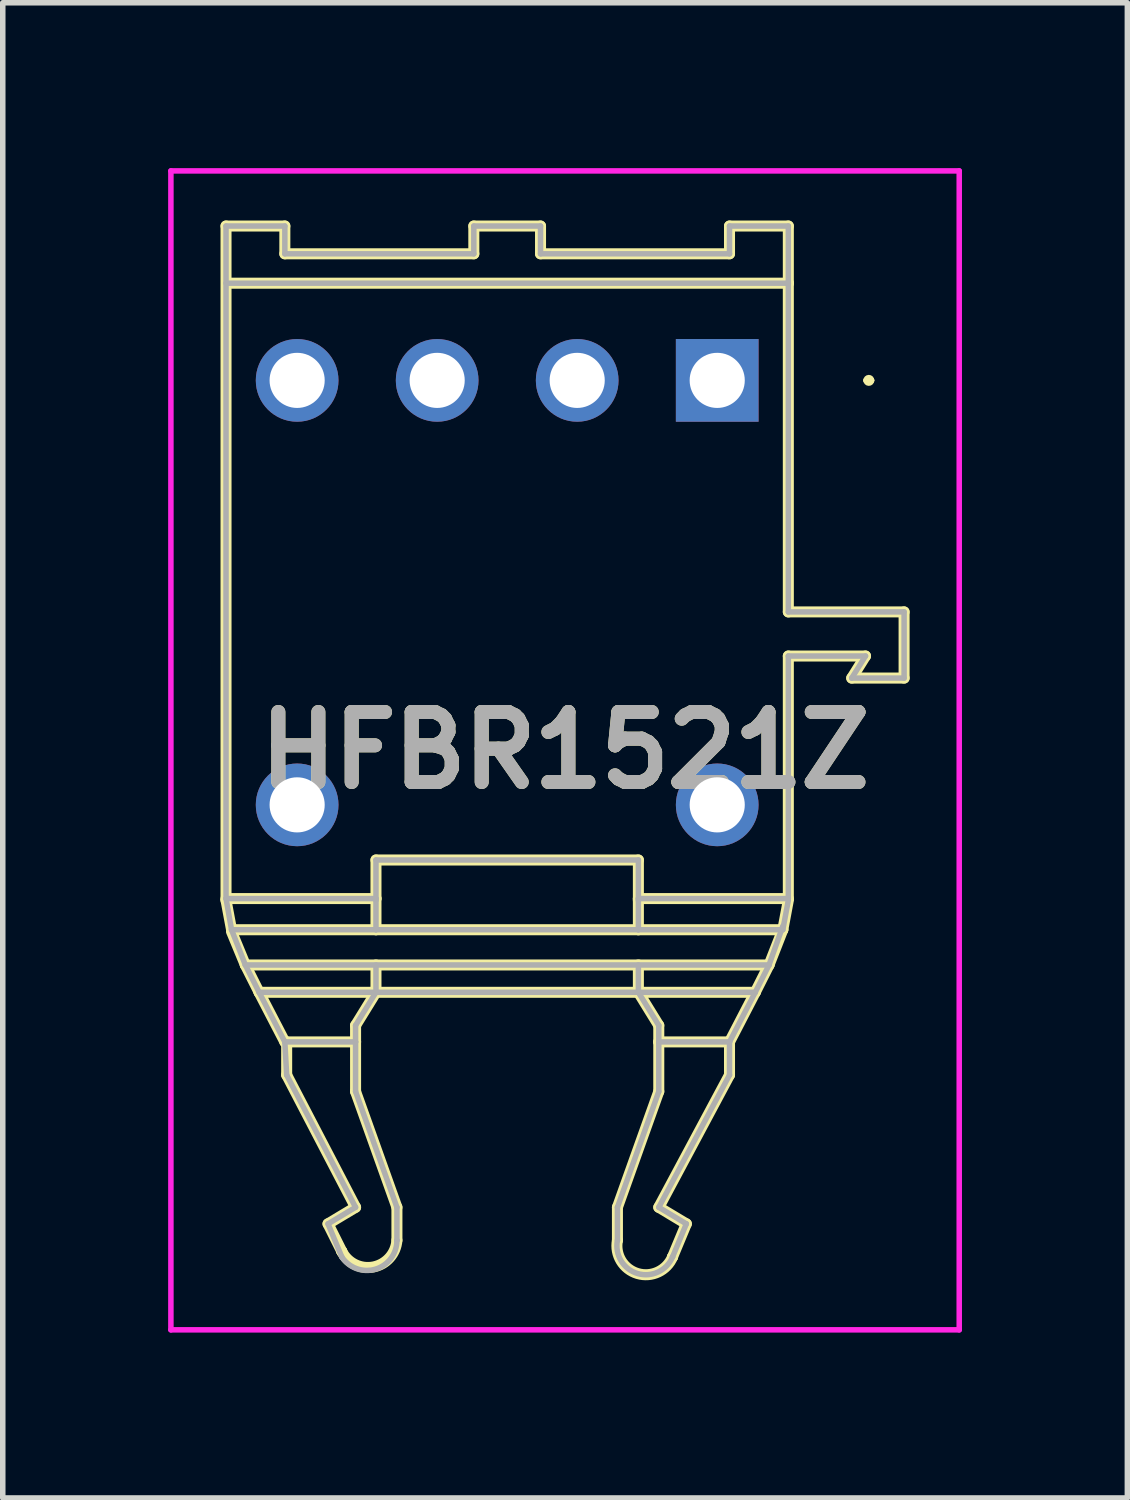
<source format=kicad_pcb>
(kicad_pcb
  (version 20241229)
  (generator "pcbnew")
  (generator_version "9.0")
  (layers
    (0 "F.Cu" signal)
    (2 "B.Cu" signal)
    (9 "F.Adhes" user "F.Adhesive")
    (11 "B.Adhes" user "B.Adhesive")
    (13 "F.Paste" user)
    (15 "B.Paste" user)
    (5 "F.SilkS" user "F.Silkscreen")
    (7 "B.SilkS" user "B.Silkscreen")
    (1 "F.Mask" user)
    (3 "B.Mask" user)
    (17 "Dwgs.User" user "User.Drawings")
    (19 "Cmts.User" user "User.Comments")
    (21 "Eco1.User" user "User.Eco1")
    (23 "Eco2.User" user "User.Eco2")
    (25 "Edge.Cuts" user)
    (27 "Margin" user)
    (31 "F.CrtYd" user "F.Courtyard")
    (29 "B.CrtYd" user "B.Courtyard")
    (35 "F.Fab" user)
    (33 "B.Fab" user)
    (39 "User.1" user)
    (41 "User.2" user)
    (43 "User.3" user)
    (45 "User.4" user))
  (footprint "HFBR1521Z"
    (layer "F.Cu")
    (at 9.96 3.85)
    (property "Reference" "HFBR1521Z" (at -2.76 6.711 0) (layer "F.SilkS") (effects (font (size 1.27 1.27) (thickness 0.254))))
    (attr through_hole)
    (fp_line (start -8.91 -2.8) (end -8.91 9.4) (stroke (width 0.2) (type solid)) (layer "F.SilkS"))
    (fp_line (start -8.91 9.4) (end -6.19 9.4) (stroke (width 0.2) (type solid)) (layer "F.SilkS"))
    (fp_line (start -8.91 9.432) (end -8.91 9.432) (stroke (width 0.2) (type solid)) (layer "F.SilkS"))
    (fp_line (start -8.91 9.432) (end -8.81 9.965) (stroke (width 0.2) (type solid)) (layer "F.SilkS"))
    (fp_line (start -8.81 9.965) (end -6.19 9.965) (stroke (width 0.2) (type solid)) (layer "F.SilkS"))
    (fp_line (start -8.81 10) (end -8.56 10.604) (stroke (width 0.2) (type solid)) (layer "F.SilkS"))
    (fp_line (start -8.56 10.604) (end -8.31 11.1) (stroke (width 0.2) (type solid)) (layer "F.SilkS"))
    (fp_line (start -8.56 10.604) (end 0.94 10.604) (stroke (width 0.2) (type solid)) (layer "F.SilkS"))
    (fp_line (start -8.31 11.1) (end -7.843 12) (stroke (width 0.2) (type solid)) (layer "F.SilkS"))
    (fp_line (start -8.31 11.1) (end 0.69 11.1) (stroke (width 0.2) (type solid)) (layer "F.SilkS"))
    (fp_line (start -7.843 -2.8) (end -8.91 -2.8) (stroke (width 0.2) (type solid)) (layer "F.SilkS"))
    (fp_line (start -7.843 -2.296) (end -7.843 -2.8) (stroke (width 0.2) (type solid)) (layer "F.SilkS"))
    (fp_line (start -7.843 12) (end -6.56 12) (stroke (width 0.2) (type solid)) (layer "F.SilkS"))
    (fp_line (start -7.81 12) (end -7.81 12.6) (stroke (width 0.2) (type solid)) (layer "F.SilkS"))
    (fp_line (start -7.81 12.6) (end -6.56 15) (stroke (width 0.2) (type solid)) (layer "F.SilkS"))
    (fp_line (start -7.06 15.3) (end -6.81 15.8) (stroke (width 0.2) (type solid)) (layer "F.SilkS"))
    (fp_line (start -6.81 15.8) (end -6.81 15.8) (stroke (width 0.2) (type solid)) (layer "F.SilkS"))
    (fp_line (start -6.56 11.7) (end -6.19 11.1) (stroke (width 0.2) (type solid)) (layer "F.SilkS"))
    (fp_line (start -6.56 12) (end -6.56 11.7) (stroke (width 0.2) (type solid)) (layer "F.SilkS"))
    (fp_line (start -6.56 12.9) (end -6.56 12) (stroke (width 0.2) (type solid)) (layer "F.SilkS"))
    (fp_line (start -6.56 15) (end -7.06 15.3) (stroke (width 0.2) (type solid)) (layer "F.SilkS"))
    (fp_line (start -6.19 8.7) (end -1.43 8.7) (stroke (width 0.2) (type solid)) (layer "F.SilkS"))
    (fp_line (start -6.19 9.4) (end -6.19 8.7) (stroke (width 0.2) (type solid)) (layer "F.SilkS"))
    (fp_line (start -6.19 9.4) (end -6.19 9.965) (stroke (width 0.2) (type solid)) (layer "F.SilkS"))
    (fp_line (start -6.19 9.965) (end -1.43 9.965) (stroke (width 0.2) (type solid)) (layer "F.SilkS"))
    (fp_line (start -6.19 11.1) (end -6.19 10.604) (stroke (width 0.2) (type solid)) (layer "F.SilkS"))
    (fp_line (start -5.81 15) (end -6.56 12.9) (stroke (width 0.2) (type solid)) (layer "F.SilkS"))
    (fp_line (start -5.81 15.6) (end -5.81 15) (stroke (width 0.2) (type solid)) (layer "F.SilkS"))
    (fp_line (start -4.415 -2.8) (end -4.415 -2.296) (stroke (width 0.2) (type solid)) (layer "F.SilkS"))
    (fp_line (start -4.415 -2.296) (end -7.843 -2.296) (stroke (width 0.2) (type solid)) (layer "F.SilkS"))
    (fp_line (start -3.205 -2.8) (end -4.415 -2.8) (stroke (width 0.2) (type solid)) (layer "F.SilkS"))
    (fp_line (start -3.205 -2.296) (end -3.205 -2.8) (stroke (width 0.2) (type solid)) (layer "F.SilkS"))
    (fp_line (start -1.81 15) (end -1.06 12.9) (stroke (width 0.2) (type solid)) (layer "F.SilkS"))
    (fp_line (start -1.81 15.6) (end -1.81 15) (stroke (width 0.2) (type solid)) (layer "F.SilkS"))
    (fp_line (start -1.43 8.7) (end -1.43 9.432) (stroke (width 0.2) (type solid)) (layer "F.SilkS"))
    (fp_line (start -1.43 9.4) (end 1.29 9.4) (stroke (width 0.2) (type solid)) (layer "F.SilkS"))
    (fp_line (start -1.43 9.965) (end -1.43 9.4) (stroke (width 0.2) (type solid)) (layer "F.SilkS"))
    (fp_line (start -1.43 11.1) (end -1.43 10.604) (stroke (width 0.2) (type solid)) (layer "F.SilkS"))
    (fp_line (start -1.06 11.7) (end -1.43 11.1) (stroke (width 0.2) (type solid)) (layer "F.SilkS"))
    (fp_line (start -1.06 12) (end -1.06 11.7) (stroke (width 0.2) (type solid)) (layer "F.SilkS"))
    (fp_line (start -1.06 12.9) (end -1.06 12) (stroke (width 0.2) (type solid)) (layer "F.SilkS"))
    (fp_line (start -1.06 15) (end -0.56 15.3) (stroke (width 0.2) (type solid)) (layer "F.SilkS"))
    (fp_line (start -0.81 15.9) (end -0.81 15.9) (stroke (width 0.2) (type solid)) (layer "F.SilkS"))
    (fp_line (start -0.56 15.3) (end -0.81 15.9) (stroke (width 0.2) (type solid)) (layer "F.SilkS"))
    (fp_line (start 0.223 -2.8) (end 0.223 -2.296) (stroke (width 0.2) (type solid)) (layer "F.SilkS"))
    (fp_line (start 0.223 -2.296) (end -3.205 -2.296) (stroke (width 0.2) (type solid)) (layer "F.SilkS"))
    (fp_line (start 0.223 12) (end -1.06 12) (stroke (width 0.2) (type solid)) (layer "F.SilkS"))
    (fp_line (start 0.223 12) (end 0.223 12.6) (stroke (width 0.2) (type solid)) (layer "F.SilkS"))
    (fp_line (start 0.223 12.6) (end -1.06 15) (stroke (width 0.2) (type solid)) (layer "F.SilkS"))
    (fp_line (start 0.69 11.1) (end 0.223 12) (stroke (width 0.2) (type solid)) (layer "F.SilkS"))
    (fp_line (start 0.69 11.1) (end 0.94 10.604) (stroke (width 0.2) (type solid)) (layer "F.SilkS"))
    (fp_line (start 0.94 10.604) (end 1.19 9.965) (stroke (width 0.2) (type solid)) (layer "F.SilkS"))
    (fp_line (start 1.19 9.965) (end -1.43 9.965) (stroke (width 0.2) (type solid)) (layer "F.SilkS"))
    (fp_line (start 1.29 -2.8) (end 0.223 -2.8) (stroke (width 0.2) (type solid)) (layer "F.SilkS"))
    (fp_line (start 1.29 -1.763) (end -8.81 -1.763) (stroke (width 0.2) (type solid)) (layer "F.SilkS"))
    (fp_line (start 1.29 -1.763) (end 1.29 -2.8) (stroke (width 0.2) (type solid)) (layer "F.SilkS"))
    (fp_line (start 1.29 4.2) (end 1.29 -1.763) (stroke (width 0.2) (type solid)) (layer "F.SilkS"))
    (fp_line (start 1.29 5) (end 2.69 5) (stroke (width 0.2) (type solid)) (layer "F.SilkS"))
    (fp_line (start 1.29 9.4) (end 1.29 5) (stroke (width 0.2) (type solid)) (layer "F.SilkS"))
    (fp_line (start 1.29 9.432) (end 1.19 9.965) (stroke (width 0.2) (type solid)) (layer "F.SilkS"))
    (fp_line (start 2.44 5.4) (end 3.39 5.4) (stroke (width 0.2) (type solid)) (layer "F.SilkS"))
    (fp_line (start 2.69 5) (end 2.44 5.4) (stroke (width 0.2) (type solid)) (layer "F.SilkS"))
    (fp_line (start 2.7 0) (end 2.7 0) (stroke (width 0.1) (type solid)) (layer "F.SilkS"))
    (fp_line (start 2.8 0) (end 2.8 0) (stroke (width 0.1) (type solid)) (layer "F.SilkS"))
    (fp_line (start 3.39 4.2) (end 1.29 4.2) (stroke (width 0.2) (type solid)) (layer "F.SilkS"))
    (fp_line (start 3.39 5.4) (end 3.39 4.2) (stroke (width 0.2) (type solid)) (layer "F.SilkS"))
    (fp_arc (start -5.810347 15.599537) (mid -6.23361 16.081569) (end -6.81 15.8) (stroke (width 0.2) (type solid)) (layer "F.SilkS"))
    (fp_arc (start -0.81 15.9) (mid -1.445627 16.200698) (end -1.810069 15.599347) (stroke (width 0.2) (type solid)) (layer "F.SilkS"))
    (fp_arc (start 2.7 0) (mid 2.75 -0.05) (end 2.8 0) (stroke (width 0.1) (type solid)) (layer "F.SilkS"))
    (fp_arc (start 2.8 0) (mid 2.75 0.05) (end 2.7 0) (stroke (width 0.1) (type solid)) (layer "F.SilkS"))
    (fp_line (start -9.91 -3.8) (end 4.39 -3.8) (stroke (width 0.1) (type solid)) (layer "F.CrtYd"))
    (fp_line (start -9.91 17.223) (end -9.91 -3.8) (stroke (width 0.1) (type solid)) (layer "F.CrtYd"))
    (fp_line (start 4.39 -3.8) (end 4.39 17.223) (stroke (width 0.1) (type solid)) (layer "F.CrtYd"))
    (fp_line (start 4.39 17.223) (end -9.91 17.223) (stroke (width 0.1) (type solid)) (layer "F.CrtYd"))
    (fp_line (start -8.91 -2.8) (end -8.91 9.4) (stroke (width 0.1) (type solid)) (layer "F.Fab"))
    (fp_line (start -8.91 -1.763) (end 1.29 -1.763) (stroke (width 0.1) (type solid)) (layer "F.Fab"))
    (fp_line (start -8.91 9.4) (end -8.81 9.965) (stroke (width 0.1) (type solid)) (layer "F.Fab"))
    (fp_line (start -8.91 9.4) (end -6.19 9.4) (stroke (width 0.1) (type solid)) (layer "F.Fab"))
    (fp_line (start -8.81 9.965) (end -8.56 10.604) (stroke (width 0.1) (type solid)) (layer "F.Fab"))
    (fp_line (start -8.81 9.965) (end -6.19 9.965) (stroke (width 0.1) (type solid)) (layer "F.Fab"))
    (fp_line (start -8.56 10.604) (end -8.31 11.1) (stroke (width 0.1) (type solid)) (layer "F.Fab"))
    (fp_line (start -8.56 10.604) (end 0.94 10.604) (stroke (width 0.1) (type solid)) (layer "F.Fab"))
    (fp_line (start -8.31 11.1) (end -7.843 12) (stroke (width 0.1) (type solid)) (layer "F.Fab"))
    (fp_line (start -8.31 11.1) (end 0.69 11.1) (stroke (width 0.1) (type solid)) (layer "F.Fab"))
    (fp_line (start -7.843 -2.8) (end -8.91 -2.8) (stroke (width 0.1) (type solid)) (layer "F.Fab"))
    (fp_line (start -7.843 -2.296) (end -7.843 -2.8) (stroke (width 0.1) (type solid)) (layer "F.Fab"))
    (fp_line (start -7.843 12) (end -6.56 12) (stroke (width 0.1) (type solid)) (layer "F.Fab"))
    (fp_line (start -7.81 12.6) (end -7.843 12) (stroke (width 0.1) (type solid)) (layer "F.Fab"))
    (fp_line (start -7.06 15.3) (end -6.56 15) (stroke (width 0.1) (type solid)) (layer "F.Fab"))
    (fp_line (start -6.81 15.9) (end -7.06 15.3) (stroke (width 0.1) (type solid)) (layer "F.Fab"))
    (fp_line (start -6.56 11.7) (end -6.19 11.1) (stroke (width 0.1) (type solid)) (layer "F.Fab"))
    (fp_line (start -6.56 12) (end -6.56 11.7) (stroke (width 0.1) (type solid)) (layer "F.Fab"))
    (fp_line (start -6.56 12) (end -6.56 12.9) (stroke (width 0.1) (type solid)) (layer "F.Fab"))
    (fp_line (start -6.56 12.9) (end -5.81 15) (stroke (width 0.1) (type solid)) (layer "F.Fab"))
    (fp_line (start -6.56 15) (end -7.81 12.6) (stroke (width 0.1) (type solid)) (layer "F.Fab"))
    (fp_line (start -6.19 8.7) (end -1.43 8.7) (stroke (width 0.1) (type solid)) (layer "F.Fab"))
    (fp_line (start -6.19 9.4) (end -6.19 9.965) (stroke (width 0.1) (type solid)) (layer "F.Fab"))
    (fp_line (start -6.19 9.432) (end -6.19 8.7) (stroke (width 0.1) (type solid)) (layer "F.Fab"))
    (fp_line (start -6.19 9.965) (end -1.43 9.965) (stroke (width 0.1) (type solid)) (layer "F.Fab"))
    (fp_line (start -6.19 10.604) (end -6.19 11.1) (stroke (width 0.1) (type solid)) (layer "F.Fab"))
    (fp_line (start -5.81 15) (end -5.81 15.6) (stroke (width 0.1) (type solid)) (layer "F.Fab"))
    (fp_line (start -5.81 15.6) (end -5.81 15.6) (stroke (width 0.1) (type solid)) (layer "F.Fab"))
    (fp_line (start -4.415 -2.8) (end -4.415 -2.296) (stroke (width 0.1) (type solid)) (layer "F.Fab"))
    (fp_line (start -4.415 -2.296) (end -7.843 -2.296) (stroke (width 0.1) (type solid)) (layer "F.Fab"))
    (fp_line (start -3.205 -2.8) (end -4.415 -2.8) (stroke (width 0.1) (type solid)) (layer "F.Fab"))
    (fp_line (start -3.205 -2.296) (end -3.205 -2.8) (stroke (width 0.1) (type solid)) (layer "F.Fab"))
    (fp_line (start -1.81 15) (end -1.06 12.9) (stroke (width 0.1) (type solid)) (layer "F.Fab"))
    (fp_line (start -1.81 15.6) (end -1.81 15) (stroke (width 0.1) (type solid)) (layer "F.Fab"))
    (fp_line (start -1.43 8.7) (end -1.43 9.432) (stroke (width 0.1) (type solid)) (layer "F.Fab"))
    (fp_line (start -1.43 9.4) (end 1.29 9.4) (stroke (width 0.1) (type solid)) (layer "F.Fab"))
    (fp_line (start -1.43 9.965) (end -1.43 9.4) (stroke (width 0.1) (type solid)) (layer "F.Fab"))
    (fp_line (start -1.43 11.1) (end -1.43 10.604) (stroke (width 0.1) (type solid)) (layer "F.Fab"))
    (fp_line (start -1.06 11.7) (end -1.43 11.1) (stroke (width 0.1) (type solid)) (layer "F.Fab"))
    (fp_line (start -1.06 12) (end -1.06 11.7) (stroke (width 0.1) (type solid)) (layer "F.Fab"))
    (fp_line (start -1.06 12.9) (end -1.06 12) (stroke (width 0.1) (type solid)) (layer "F.Fab"))
    (fp_line (start -1.06 15) (end -0.56 15.3) (stroke (width 0.1) (type solid)) (layer "F.Fab"))
    (fp_line (start -0.81 15.9) (end -0.81 15.9) (stroke (width 0.1) (type solid)) (layer "F.Fab"))
    (fp_line (start -0.56 15.3) (end -0.81 15.9) (stroke (width 0.1) (type solid)) (layer "F.Fab"))
    (fp_line (start 0.223 -2.8) (end 0.223 -2.296) (stroke (width 0.1) (type solid)) (layer "F.Fab"))
    (fp_line (start 0.223 -2.296) (end -3.205 -2.296) (stroke (width 0.1) (type solid)) (layer "F.Fab"))
    (fp_line (start 0.223 12) (end -1.06 12) (stroke (width 0.1) (type solid)) (layer "F.Fab"))
    (fp_line (start 0.223 12) (end 0.223 12.6) (stroke (width 0.1) (type solid)) (layer "F.Fab"))
    (fp_line (start 0.223 12.6) (end -1.06 15) (stroke (width 0.1) (type solid)) (layer "F.Fab"))
    (fp_line (start 0.69 11.1) (end 0.223 12) (stroke (width 0.1) (type solid)) (layer "F.Fab"))
    (fp_line (start 0.69 11.1) (end 0.94 10.604) (stroke (width 0.1) (type solid)) (layer "F.Fab"))
    (fp_line (start 0.94 10.604) (end 1.19 9.9) (stroke (width 0.1) (type solid)) (layer "F.Fab"))
    (fp_line (start 1.19 9.965) (end -1.43 9.965) (stroke (width 0.1) (type solid)) (layer "F.Fab"))
    (fp_line (start 1.29 -2.8) (end 0.223 -2.8) (stroke (width 0.1) (type solid)) (layer "F.Fab"))
    (fp_line (start 1.29 -1.763) (end 1.29 -1.763) (stroke (width 0.1) (type solid)) (layer "F.Fab"))
    (fp_line (start 1.29 4.2) (end 1.29 -2.8) (stroke (width 0.1) (type solid)) (layer "F.Fab"))
    (fp_line (start 1.29 5) (end 2.69 5) (stroke (width 0.1) (type solid)) (layer "F.Fab"))
    (fp_line (start 1.29 9.4) (end 1.29 5) (stroke (width 0.1) (type solid)) (layer "F.Fab"))
    (fp_line (start 1.29 9.432) (end 1.19 9.965) (stroke (width 0.1) (type solid)) (layer "F.Fab"))
    (fp_line (start 2.44 5.4) (end 3.39 5.4) (stroke (width 0.1) (type solid)) (layer "F.Fab"))
    (fp_line (start 2.69 5) (end 2.44 5.4) (stroke (width 0.1) (type solid)) (layer "F.Fab"))
    (fp_line (start 3.39 4.2) (end 1.29 4.2) (stroke (width 0.1) (type solid)) (layer "F.Fab"))
    (fp_line (start 3.39 5.4) (end 3.39 4.2) (stroke (width 0.1) (type solid)) (layer "F.Fab"))
    (fp_arc (start -5.81 15.6) (mid -6.198388 16.122013) (end -6.809992 15.900012) (stroke (width 0.1) (type solid)) (layer "F.Fab"))
    (fp_arc (start -0.81 15.9) (mid -1.445627 16.200698) (end -1.810069 15.599347) (stroke (width 0.1) (type solid)) (layer "F.Fab"))
    (fp_text user "${REFERENCE}" (at -2.76 6.711 0) (layer "F.Fab") (effects (font (size 1.27 1.27) (thickness 0.254))))
    (pad "1" thru_hole rect (at 0 0) (size 1.5 1.5) (drill 1) (layers "*.Cu" "*.Mask"))
    (pad "2" thru_hole circle (at -2.54 0) (size 1.5 1.5) (drill 1) (layers "*.Cu" "*.Mask"))
    (pad "3" thru_hole circle (at -5.08 0) (size 1.5 1.5) (drill 1) (layers "*.Cu" "*.Mask"))
    (pad "4" thru_hole circle (at -7.62 0) (size 1.5 1.5) (drill 1) (layers "*.Cu" "*.Mask"))
    (pad "5" thru_hole circle (at -7.62 7.7) (size 1.5 1.5) (drill 1) (layers "*.Cu" "*.Mask"))
    (pad "8" thru_hole circle (at 0 7.7) (size 1.5 1.5) (drill 1) (layers "*.Cu" "*.Mask")))
  (gr_rect
    (start -3 -3)
    (end 17.4 24.123)
    (stroke (width 0.1) (type default))
    (fill no)
    (layer "Edge.Cuts")))
</source>
